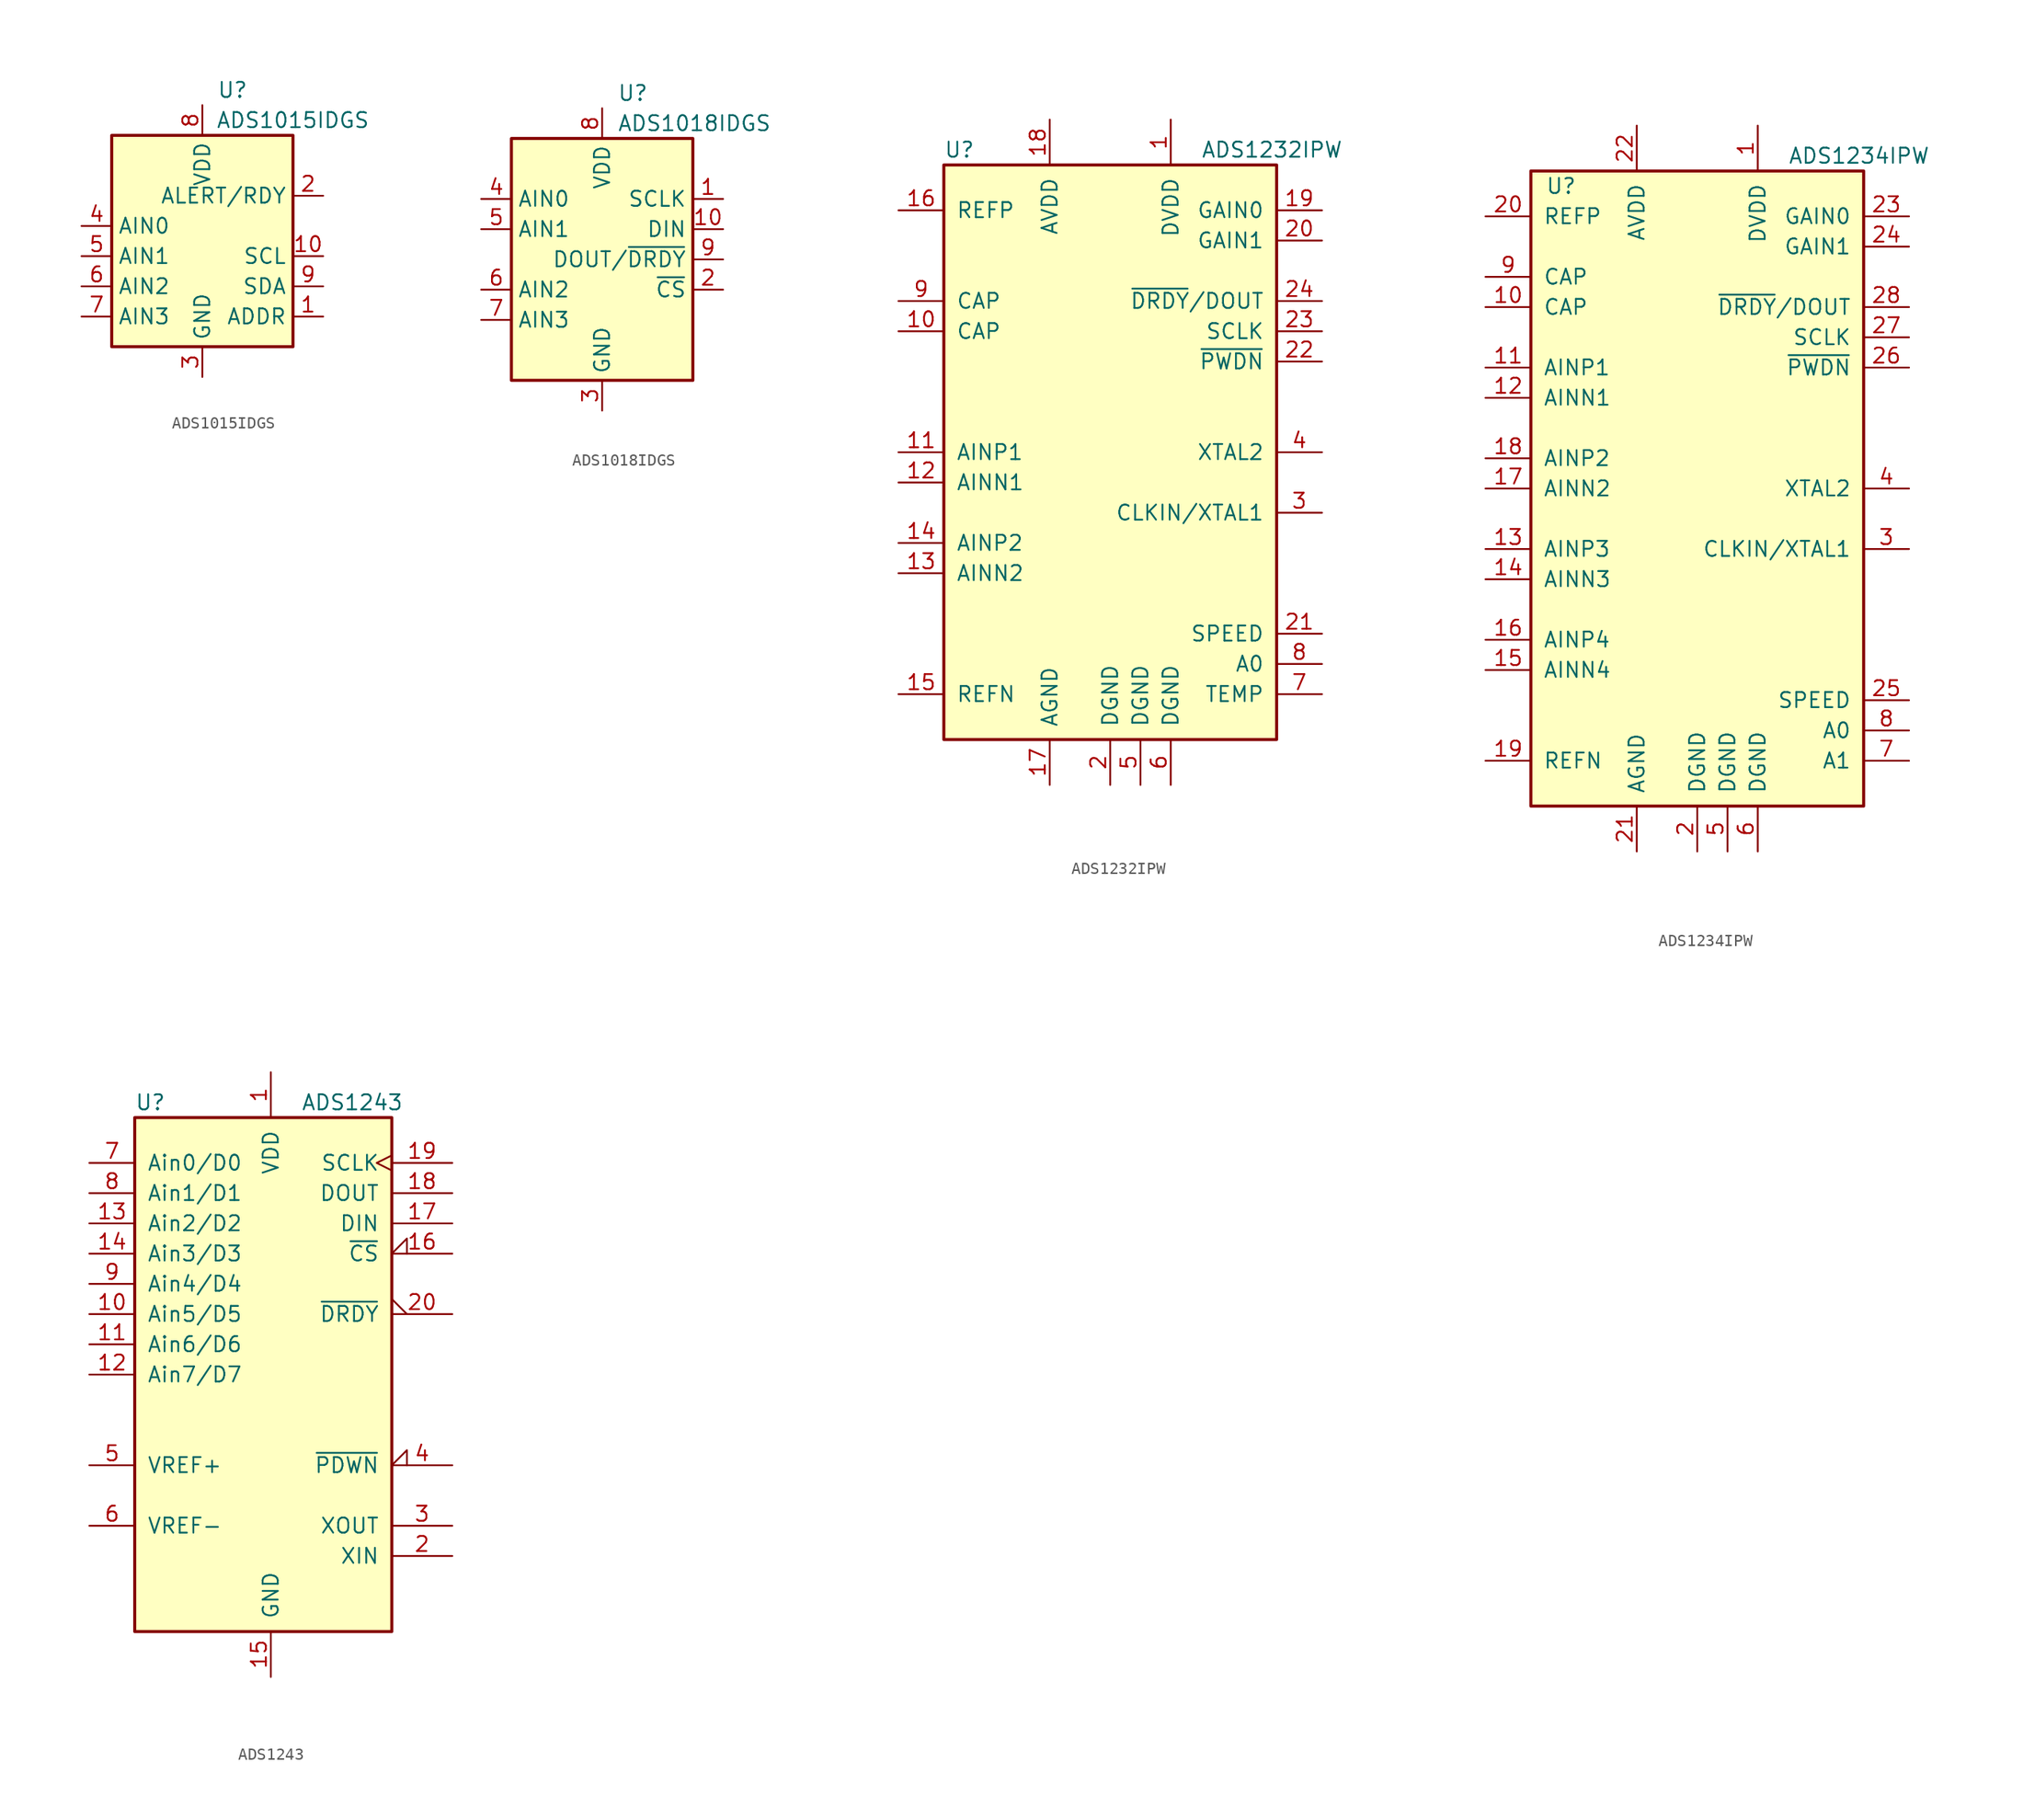
<source format=kicad_sym>
(kicad_symbol_lib
  (version 20201005)
  (generator kicad_symbol_editor)
  (symbol "ADS1015IDGS"
    (property "Reference" "U"
      (at 2.54 13.97 0)
      (effects (font (size 1.27 1.27))))
    (property "Value" "ADS1015IDGS"
      (at 7.62 11.43 0)
      (effects (font (size 1.27 1.27))))
    (symbol "ADS1015IDGS_0_1"
      (rectangle (start -7.62 10.16) (end 7.62 -7.62) (stroke (width 0.254)) (fill (type background))))
    (symbol "ADS1015IDGS_1_1"
      (pin input line (at 10.16 -5.08 180) (length 2.54) (name "ADDR" (effects (font (size 1.27 1.27)))) (number "1" (effects (font (size 1.27 1.27)))))
      (pin input line (at 10.16 0 180) (length 2.54) (name "SCL" (effects (font (size 1.27 1.27)))) (number "10" (effects (font (size 1.27 1.27)))))
      (pin output line (at 10.16 5.08 180) (length 2.54) (name "ALERT/RDY" (effects (font (size 1.27 1.27)))) (number "2" (effects (font (size 1.27 1.27)))))
      (pin power_in line (at 0 -10.16 90) (length 2.54) (name "GND" (effects (font (size 1.27 1.27)))) (number "3" (effects (font (size 1.27 1.27)))))
      (pin input line (at -10.16 2.54 0) (length 2.54) (name "AIN0" (effects (font (size 1.27 1.27)))) (number "4" (effects (font (size 1.27 1.27)))))
      (pin input line (at -10.16 0 0) (length 2.54) (name "AIN1" (effects (font (size 1.27 1.27)))) (number "5" (effects (font (size 1.27 1.27)))))
      (pin input line (at -10.16 -2.54 0) (length 2.54) (name "AIN2" (effects (font (size 1.27 1.27)))) (number "6" (effects (font (size 1.27 1.27)))))
      (pin input line (at -10.16 -5.08 0) (length 2.54) (name "AIN3" (effects (font (size 1.27 1.27)))) (number "7" (effects (font (size 1.27 1.27)))))
      (pin power_in line (at 0 12.7 270) (length 2.54) (name "VDD" (effects (font (size 1.27 1.27)))) (number "8" (effects (font (size 1.27 1.27)))))
      (pin bidirectional line (at 10.16 -2.54 180) (length 2.54) (name "SDA" (effects (font (size 1.27 1.27)))) (number "9" (effects (font (size 1.27 1.27)))))))
  (symbol "ADS1018IDGS"
    (property "Reference" "U"
      (at 1.27 13.97 0)
      (effects (font (size 1.27 1.27)) (justify left)))
    (property "Value" "ADS1018IDGS"
      (at 1.27 11.43 0)
      (effects (font (size 1.27 1.27)) (justify left)))
    (symbol "ADS1018IDGS_0_1"
      (rectangle (start 7.62 10.16) (end -7.62 -10.16) (stroke (width 0.254)) (fill (type background))))
    (symbol "ADS1018IDGS_1_1"
      (pin input line (at 10.16 5.08 180) (length 2.54) (name "SCLK" (effects (font (size 1.27 1.27)))) (number "1" (effects (font (size 1.27 1.27)))))
      (pin input line (at 10.16 2.54 180) (length 2.54) (name "DIN" (effects (font (size 1.27 1.27)))) (number "10" (effects (font (size 1.27 1.27)))))
      (pin input line (at 10.16 -2.54 180) (length 2.54) (name "~CS" (effects (font (size 1.27 1.27)))) (number "2" (effects (font (size 1.27 1.27)))))
      (pin power_in line (at 0 -12.7 90) (length 2.54) (name "GND" (effects (font (size 1.27 1.27)))) (number "3" (effects (font (size 1.27 1.27)))))
      (pin input line (at -10.16 5.08 0) (length 2.54) (name "AIN0" (effects (font (size 1.27 1.27)))) (number "4" (effects (font (size 1.27 1.27)))))
      (pin input line (at -10.16 2.54 0) (length 2.54) (name "AIN1" (effects (font (size 1.27 1.27)))) (number "5" (effects (font (size 1.27 1.27)))))
      (pin input line (at -10.16 -2.54 0) (length 2.54) (name "AIN2" (effects (font (size 1.27 1.27)))) (number "6" (effects (font (size 1.27 1.27)))))
      (pin input line (at -10.16 -5.08 0) (length 2.54) (name "AIN3" (effects (font (size 1.27 1.27)))) (number "7" (effects (font (size 1.27 1.27)))))
      (pin power_in line (at 0 12.7 270) (length 2.54) (name "VDD" (effects (font (size 1.27 1.27)))) (number "8" (effects (font (size 1.27 1.27)))))
      (pin output line (at 10.16 0 180) (length 2.54) (name "DOUT/~DRDY" (effects (font (size 1.27 1.27)))) (number "9" (effects (font (size 1.27 1.27)))))))
  (symbol "ADS1232IPW"
    (pin_names
      (offset 1.016))
    (property "Reference" "U"
      (at -13.97 25.4 0)
      (effects (font (size 1.27 1.27)) (justify left)))
    (property "Value" "ADS1232IPW"
      (at 7.62 25.4 0)
      (effects (font (size 1.27 1.27)) (justify left)))
    (symbol "ADS1232IPW_0_1"
      (rectangle (start -13.97 24.13) (end 13.97 -24.13) (stroke (width 0.254)) (fill (type background))))
    (symbol "ADS1232IPW_1_1"
      (pin power_in line (at 5.08 27.94 270) (length 3.81) (name "DVDD" (effects (font (size 1.27 1.27)))) (number "1" (effects (font (size 1.27 1.27)))))
      (pin passive line (at -17.78 10.16 0) (length 3.81) (name "CAP" (effects (font (size 1.27 1.27)))) (number "10" (effects (font (size 1.27 1.27)))))
      (pin input line (at -17.78 0 0) (length 3.81) (name "AINP1" (effects (font (size 1.27 1.27)))) (number "11" (effects (font (size 1.27 1.27)))))
      (pin input line (at -17.78 -2.54 0) (length 3.81) (name "AINN1" (effects (font (size 1.27 1.27)))) (number "12" (effects (font (size 1.27 1.27)))))
      (pin input line (at -17.78 -10.16 0) (length 3.81) (name "AINN2" (effects (font (size 1.27 1.27)))) (number "13" (effects (font (size 1.27 1.27)))))
      (pin input line (at -17.78 -7.62 0) (length 3.81) (name "AINP2" (effects (font (size 1.27 1.27)))) (number "14" (effects (font (size 1.27 1.27)))))
      (pin input line (at -17.78 -20.32 0) (length 3.81) (name "REFN" (effects (font (size 1.27 1.27)))) (number "15" (effects (font (size 1.27 1.27)))))
      (pin input line (at -17.78 20.32 0) (length 3.81) (name "REFP" (effects (font (size 1.27 1.27)))) (number "16" (effects (font (size 1.27 1.27)))))
      (pin power_in line (at -5.08 -27.94 90) (length 3.81) (name "AGND" (effects (font (size 1.27 1.27)))) (number "17" (effects (font (size 1.27 1.27)))))
      (pin power_in line (at -5.08 27.94 270) (length 3.81) (name "AVDD" (effects (font (size 1.27 1.27)))) (number "18" (effects (font (size 1.27 1.27)))))
      (pin input line (at 17.78 20.32 180) (length 3.81) (name "GAIN0" (effects (font (size 1.27 1.27)))) (number "19" (effects (font (size 1.27 1.27)))))
      (pin power_in line (at 0 -27.94 90) (length 3.81) (name "DGND" (effects (font (size 1.27 1.27)))) (number "2" (effects (font (size 1.27 1.27)))))
      (pin input line (at 17.78 17.78 180) (length 3.81) (name "GAIN1" (effects (font (size 1.27 1.27)))) (number "20" (effects (font (size 1.27 1.27)))))
      (pin input line (at 17.78 -15.24 180) (length 3.81) (name "SPEED" (effects (font (size 1.27 1.27)))) (number "21" (effects (font (size 1.27 1.27)))))
      (pin input line (at 17.78 7.62 180) (length 3.81) (name "~PWDN~" (effects (font (size 1.27 1.27)))) (number "22" (effects (font (size 1.27 1.27)))))
      (pin input line (at 17.78 10.16 180) (length 3.81) (name "SCLK" (effects (font (size 1.27 1.27)))) (number "23" (effects (font (size 1.27 1.27)))))
      (pin output line (at 17.78 12.7 180) (length 3.81) (name "~DRDY~/DOUT" (effects (font (size 1.27 1.27)))) (number "24" (effects (font (size 1.27 1.27)))))
      (pin bidirectional line (at 17.78 -5.08 180) (length 3.81) (name "CLKIN/XTAL1" (effects (font (size 1.27 1.27)))) (number "3" (effects (font (size 1.27 1.27)))))
      (pin bidirectional line (at 17.78 0 180) (length 3.81) (name "XTAL2" (effects (font (size 1.27 1.27)))) (number "4" (effects (font (size 1.27 1.27)))))
      (pin power_in line (at 2.54 -27.94 90) (length 3.81) (name "DGND" (effects (font (size 1.27 1.27)))) (number "5" (effects (font (size 1.27 1.27)))))
      (pin power_in line (at 5.08 -27.94 90) (length 3.81) (name "DGND" (effects (font (size 1.27 1.27)))) (number "6" (effects (font (size 1.27 1.27)))))
      (pin input line (at 17.78 -20.32 180) (length 3.81) (name "TEMP" (effects (font (size 1.27 1.27)))) (number "7" (effects (font (size 1.27 1.27)))))
      (pin input line (at 17.78 -17.78 180) (length 3.81) (name "A0" (effects (font (size 1.27 1.27)))) (number "8" (effects (font (size 1.27 1.27)))))
      (pin passive line (at -17.78 12.7 0) (length 3.81) (name "CAP" (effects (font (size 1.27 1.27)))) (number "9" (effects (font (size 1.27 1.27)))))))
  (symbol "ADS1234IPW"
    (pin_names
      (offset 1.016))
    (property "Reference" "U"
      (at -11.43 25.4 0)
      (effects (font (size 1.27 1.27))))
    (property "Value" "ADS1234IPW"
      (at 7.62 27.94 0)
      (effects (font (size 1.27 1.27)) (justify left)))
    (symbol "ADS1234IPW_0_1"
      (rectangle (start -13.97 26.67) (end 13.97 -26.67) (stroke (width 0.254)) (fill (type background))))
    (symbol "ADS1234IPW_1_1"
      (pin power_in line (at 5.08 30.48 270) (length 3.81) (name "DVDD" (effects (font (size 1.27 1.27)))) (number "1" (effects (font (size 1.27 1.27)))))
      (pin passive line (at -17.78 15.24 0) (length 3.81) (name "CAP" (effects (font (size 1.27 1.27)))) (number "10" (effects (font (size 1.27 1.27)))))
      (pin input line (at -17.78 10.16 0) (length 3.81) (name "AINP1" (effects (font (size 1.27 1.27)))) (number "11" (effects (font (size 1.27 1.27)))))
      (pin input line (at -17.78 7.62 0) (length 3.81) (name "AINN1" (effects (font (size 1.27 1.27)))) (number "12" (effects (font (size 1.27 1.27)))))
      (pin input line (at -17.78 -5.08 0) (length 3.81) (name "AINP3" (effects (font (size 1.27 1.27)))) (number "13" (effects (font (size 1.27 1.27)))))
      (pin input line (at -17.78 -7.62 0) (length 3.81) (name "AINN3" (effects (font (size 1.27 1.27)))) (number "14" (effects (font (size 1.27 1.27)))))
      (pin input line (at -17.78 -15.24 0) (length 3.81) (name "AINN4" (effects (font (size 1.27 1.27)))) (number "15" (effects (font (size 1.27 1.27)))))
      (pin input line (at -17.78 -12.7 0) (length 3.81) (name "AINP4" (effects (font (size 1.27 1.27)))) (number "16" (effects (font (size 1.27 1.27)))))
      (pin input line (at -17.78 0 0) (length 3.81) (name "AINN2" (effects (font (size 1.27 1.27)))) (number "17" (effects (font (size 1.27 1.27)))))
      (pin input line (at -17.78 2.54 0) (length 3.81) (name "AINP2" (effects (font (size 1.27 1.27)))) (number "18" (effects (font (size 1.27 1.27)))))
      (pin input line (at -17.78 -22.86 0) (length 3.81) (name "REFN" (effects (font (size 1.27 1.27)))) (number "19" (effects (font (size 1.27 1.27)))))
      (pin power_in line (at 0 -30.48 90) (length 3.81) (name "DGND" (effects (font (size 1.27 1.27)))) (number "2" (effects (font (size 1.27 1.27)))))
      (pin input line (at -17.78 22.86 0) (length 3.81) (name "REFP" (effects (font (size 1.27 1.27)))) (number "20" (effects (font (size 1.27 1.27)))))
      (pin power_in line (at -5.08 -30.48 90) (length 3.81) (name "AGND" (effects (font (size 1.27 1.27)))) (number "21" (effects (font (size 1.27 1.27)))))
      (pin power_in line (at -5.08 30.48 270) (length 3.81) (name "AVDD" (effects (font (size 1.27 1.27)))) (number "22" (effects (font (size 1.27 1.27)))))
      (pin input line (at 17.78 22.86 180) (length 3.81) (name "GAIN0" (effects (font (size 1.27 1.27)))) (number "23" (effects (font (size 1.27 1.27)))))
      (pin input line (at 17.78 20.32 180) (length 3.81) (name "GAIN1" (effects (font (size 1.27 1.27)))) (number "24" (effects (font (size 1.27 1.27)))))
      (pin input line (at 17.78 -17.78 180) (length 3.81) (name "SPEED" (effects (font (size 1.27 1.27)))) (number "25" (effects (font (size 1.27 1.27)))))
      (pin input line (at 17.78 10.16 180) (length 3.81) (name "~PWDN~" (effects (font (size 1.27 1.27)))) (number "26" (effects (font (size 1.27 1.27)))))
      (pin input line (at 17.78 12.7 180) (length 3.81) (name "SCLK" (effects (font (size 1.27 1.27)))) (number "27" (effects (font (size 1.27 1.27)))))
      (pin output line (at 17.78 15.24 180) (length 3.81) (name "~DRDY~/DOUT" (effects (font (size 1.27 1.27)))) (number "28" (effects (font (size 1.27 1.27)))))
      (pin bidirectional line (at 17.78 -5.08 180) (length 3.81) (name "CLKIN/XTAL1" (effects (font (size 1.27 1.27)))) (number "3" (effects (font (size 1.27 1.27)))))
      (pin bidirectional line (at 17.78 0 180) (length 3.81) (name "XTAL2" (effects (font (size 1.27 1.27)))) (number "4" (effects (font (size 1.27 1.27)))))
      (pin power_in line (at 2.54 -30.48 90) (length 3.81) (name "DGND" (effects (font (size 1.27 1.27)))) (number "5" (effects (font (size 1.27 1.27)))))
      (pin power_in line (at 5.08 -30.48 90) (length 3.81) (name "DGND" (effects (font (size 1.27 1.27)))) (number "6" (effects (font (size 1.27 1.27)))))
      (pin input line (at 17.78 -22.86 180) (length 3.81) (name "A1" (effects (font (size 1.27 1.27)))) (number "7" (effects (font (size 1.27 1.27)))))
      (pin input line (at 17.78 -20.32 180) (length 3.81) (name "A0" (effects (font (size 1.27 1.27)))) (number "8" (effects (font (size 1.27 1.27)))))
      (pin passive line (at -17.78 17.78 0) (length 3.81) (name "CAP" (effects (font (size 1.27 1.27)))) (number "9" (effects (font (size 1.27 1.27)))))))
  (symbol "ADS1243"
    (pin_names
      (offset 1.016))
    (property "Reference" "U"
      (at -11.43 22.86 0)
      (effects (font (size 1.27 1.27)) (justify left)))
    (property "Value" "ADS1243"
      (at 2.54 22.86 0)
      (effects (font (size 1.27 1.27)) (justify left)))
    (symbol "ADS1243_0_1"
      (rectangle (start -11.43 21.59) (end 10.16 -21.59) (stroke (width 0.254)) (fill (type background))))
    (symbol "ADS1243_1_1"
      (pin power_in line (at 0 25.4 270) (length 3.81) (name "VDD" (effects (font (size 1.27 1.27)))) (number "1" (effects (font (size 1.27 1.27)))))
      (pin input line (at -15.24 5.08 0) (length 3.81) (name "Ain5/D5" (effects (font (size 1.27 1.27)))) (number "10" (effects (font (size 1.27 1.27)))))
      (pin input line (at -15.24 2.54 0) (length 3.81) (name "Ain6/D6" (effects (font (size 1.27 1.27)))) (number "11" (effects (font (size 1.27 1.27)))))
      (pin input line (at -15.24 0 0) (length 3.81) (name "Ain7/D7" (effects (font (size 1.27 1.27)))) (number "12" (effects (font (size 1.27 1.27)))))
      (pin input line (at -15.24 12.7 0) (length 3.81) (name "Ain2/D2" (effects (font (size 1.27 1.27)))) (number "13" (effects (font (size 1.27 1.27)))))
      (pin input line (at -15.24 10.16 0) (length 3.81) (name "Ain3/D3" (effects (font (size 1.27 1.27)))) (number "14" (effects (font (size 1.27 1.27)))))
      (pin power_in line (at 0 -25.4 90) (length 3.81) (name "GND" (effects (font (size 1.27 1.27)))) (number "15" (effects (font (size 1.27 1.27)))))
      (pin input input_low (at 15.24 10.16 180) (length 5.08) (name "~CS~" (effects (font (size 1.27 1.27)))) (number "16" (effects (font (size 1.27 1.27)))))
      (pin input line (at 15.24 12.7 180) (length 5.08) (name "DIN" (effects (font (size 1.27 1.27)))) (number "17" (effects (font (size 1.27 1.27)))))
      (pin output line (at 15.24 15.24 180) (length 5.08) (name "DOUT" (effects (font (size 1.27 1.27)))) (number "18" (effects (font (size 1.27 1.27)))))
      (pin input clock (at 15.24 17.78 180) (length 5.08) (name "SCLK" (effects (font (size 1.27 1.27)))) (number "19" (effects (font (size 1.27 1.27)))))
      (pin input line (at 15.24 -15.24 180) (length 5.08) (name "XIN" (effects (font (size 1.27 1.27)))) (number "2" (effects (font (size 1.27 1.27)))))
      (pin open_collector output_low (at 15.24 5.08 180) (length 5.08) (name "~DRDY~" (effects (font (size 1.27 1.27)))) (number "20" (effects (font (size 1.27 1.27)))))
      (pin output line (at 15.24 -12.7 180) (length 5.08) (name "XOUT" (effects (font (size 1.27 1.27)))) (number "3" (effects (font (size 1.27 1.27)))))
      (pin input input_low (at 15.24 -7.62 180) (length 5.08) (name "~PDWN~" (effects (font (size 1.27 1.27)))) (number "4" (effects (font (size 1.27 1.27)))))
      (pin input line (at -15.24 -7.62 0) (length 3.81) (name "VREF+" (effects (font (size 1.27 1.27)))) (number "5" (effects (font (size 1.27 1.27)))))
      (pin input line (at -15.24 -12.7 0) (length 3.81) (name "VREF-" (effects (font (size 1.27 1.27)))) (number "6" (effects (font (size 1.27 1.27)))))
      (pin input line (at -15.24 17.78 0) (length 3.81) (name "Ain0/D0" (effects (font (size 1.27 1.27)))) (number "7" (effects (font (size 1.27 1.27)))))
      (pin input line (at -15.24 15.24 0) (length 3.81) (name "Ain1/D1" (effects (font (size 1.27 1.27)))) (number "8" (effects (font (size 1.27 1.27)))))
      (pin input line (at -15.24 7.62 0) (length 3.81) (name "Ain4/D4" (effects (font (size 1.27 1.27)))) (number "9" (effects (font (size 1.27 1.27))))))))
</source>
